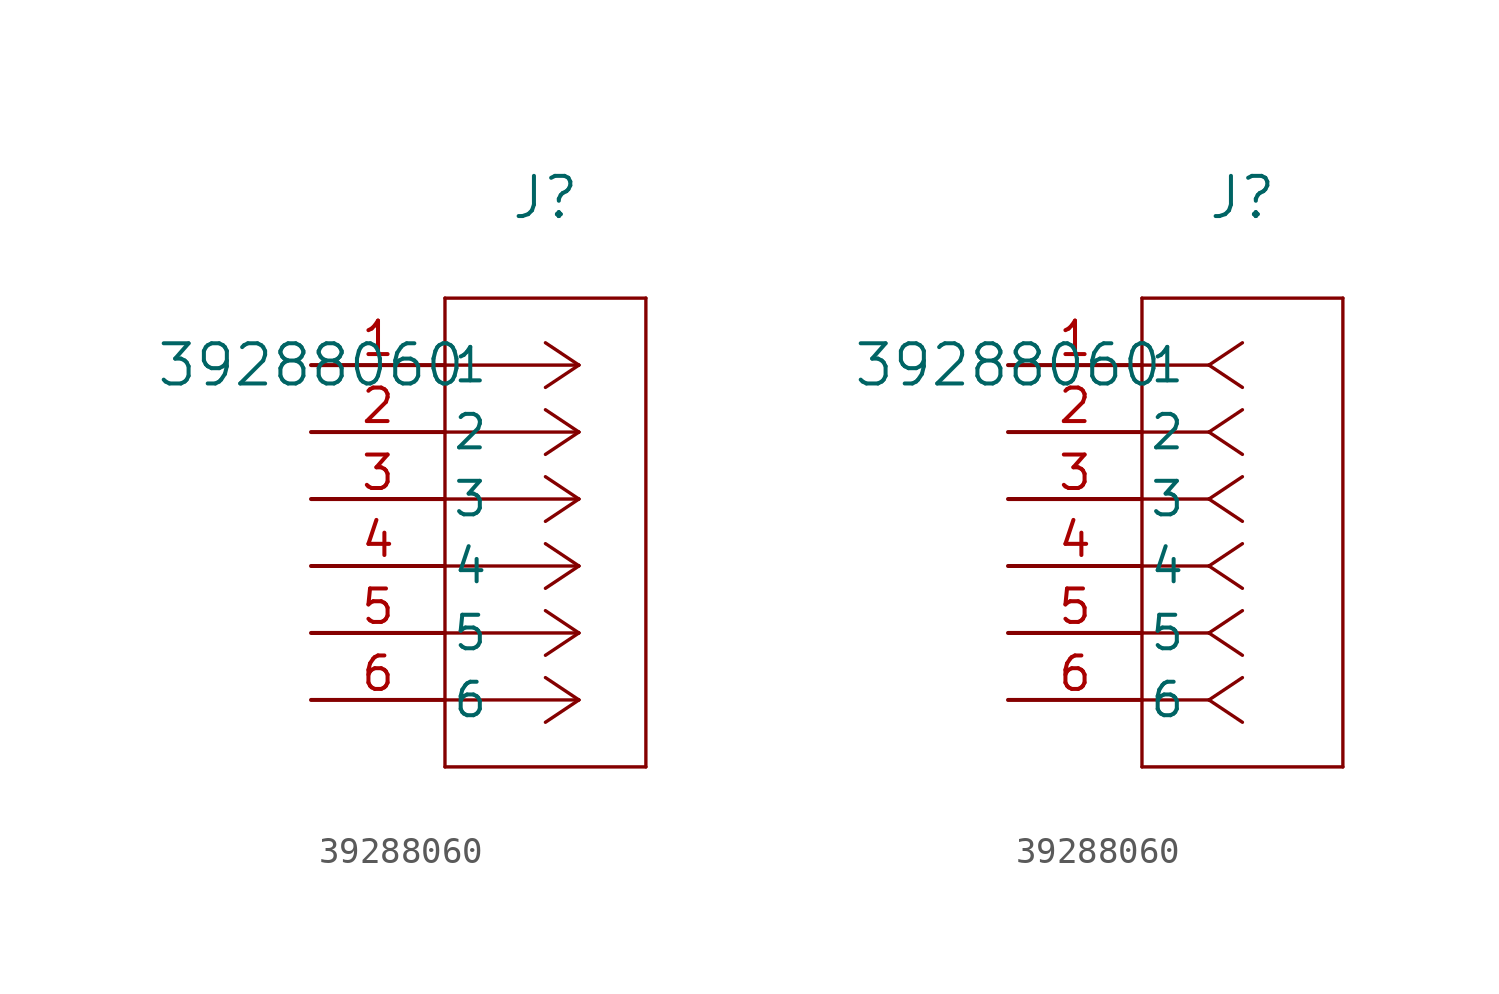
<source format=kicad_sym>
(kicad_symbol_lib
  (version 20211014)
  (generator kicad_symbol_editor)
  (symbol "39288060"
    (pin_names
      (offset 0.254))
    (property "Reference" "J"
      (at 8.89 6.35 0)
      (effects (font (size 1.524 1.524))))
    (property "Value" "39288060"
      (at 0 0 0)
      (effects (font (size 1.524 1.524))))
    (symbol "39288060_1_1"
      (polyline (pts (xy 10.16 0) (xy 5.08 0)) (stroke (width 0.127) (type default) (color 0 0 0 0)) (fill (type none)))
      (polyline (pts (xy 10.16 -2.54) (xy 5.08 -2.54)) (stroke (width 0.127) (type default) (color 0 0 0 0)) (fill (type none)))
      (polyline (pts (xy 10.16 -5.08) (xy 5.08 -5.08)) (stroke (width 0.127) (type default) (color 0 0 0 0)) (fill (type none)))
      (polyline (pts (xy 10.16 -7.62) (xy 5.08 -7.62)) (stroke (width 0.127) (type default) (color 0 0 0 0)) (fill (type none)))
      (polyline (pts (xy 10.16 -10.16) (xy 5.08 -10.16)) (stroke (width 0.127) (type default) (color 0 0 0 0)) (fill (type none)))
      (polyline (pts (xy 10.16 -12.7) (xy 5.08 -12.7)) (stroke (width 0.127) (type default) (color 0 0 0 0)) (fill (type none)))
      (polyline (pts (xy 10.16 0) (xy 8.89 0.847)) (stroke (width 0.127) (type default) (color 0 0 0 0)) (fill (type none)))
      (polyline (pts (xy 10.16 -2.54) (xy 8.89 -1.693)) (stroke (width 0.127) (type default) (color 0 0 0 0)) (fill (type none)))
      (polyline (pts (xy 10.16 -5.08) (xy 8.89 -4.233)) (stroke (width 0.127) (type default) (color 0 0 0 0)) (fill (type none)))
      (polyline (pts (xy 10.16 -7.62) (xy 8.89 -6.773)) (stroke (width 0.127) (type default) (color 0 0 0 0)) (fill (type none)))
      (polyline (pts (xy 10.16 -10.16) (xy 8.89 -9.313)) (stroke (width 0.127) (type default) (color 0 0 0 0)) (fill (type none)))
      (polyline (pts (xy 10.16 -12.7) (xy 8.89 -11.853)) (stroke (width 0.127) (type default) (color 0 0 0 0)) (fill (type none)))
      (polyline (pts (xy 10.16 0) (xy 8.89 -0.847)) (stroke (width 0.127) (type default) (color 0 0 0 0)) (fill (type none)))
      (polyline (pts (xy 10.16 -2.54) (xy 8.89 -3.387)) (stroke (width 0.127) (type default) (color 0 0 0 0)) (fill (type none)))
      (polyline (pts (xy 10.16 -5.08) (xy 8.89 -5.927)) (stroke (width 0.127) (type default) (color 0 0 0 0)) (fill (type none)))
      (polyline (pts (xy 10.16 -7.62) (xy 8.89 -8.467)) (stroke (width 0.127) (type default) (color 0 0 0 0)) (fill (type none)))
      (polyline (pts (xy 10.16 -10.16) (xy 8.89 -11.007)) (stroke (width 0.127) (type default) (color 0 0 0 0)) (fill (type none)))
      (polyline (pts (xy 10.16 -12.7) (xy 8.89 -13.547)) (stroke (width 0.127) (type default) (color 0 0 0 0)) (fill (type none)))
      (polyline (pts (xy 5.08 2.54) (xy 5.08 -15.24)) (stroke (width 0.127) (type default) (color 0 0 0 0)) (fill (type none)))
      (polyline (pts (xy 5.08 -15.24) (xy 12.7 -15.24)) (stroke (width 0.127) (type default) (color 0 0 0 0)) (fill (type none)))
      (polyline (pts (xy 12.7 -15.24) (xy 12.7 2.54)) (stroke (width 0.127) (type default) (color 0 0 0 0)) (fill (type none)))
      (polyline (pts (xy 12.7 2.54) (xy 5.08 2.54)) (stroke (width 0.127) (type default) (color 0 0 0 0)) (fill (type none)))
      (pin unspecified line (at 0 0 0) (length 5.08) (name "1" (effects (font (size 1.27 1.27)))) (number "1" (effects (font (size 1.27 1.27)))))
      (pin unspecified line (at 0 -2.54 0) (length 5.08) (name "2" (effects (font (size 1.27 1.27)))) (number "2" (effects (font (size 1.27 1.27)))))
      (pin unspecified line (at 0 -5.08 0) (length 5.08) (name "3" (effects (font (size 1.27 1.27)))) (number "3" (effects (font (size 1.27 1.27)))))
      (pin unspecified line (at 0 -7.62 0) (length 5.08) (name "4" (effects (font (size 1.27 1.27)))) (number "4" (effects (font (size 1.27 1.27)))))
      (pin unspecified line (at 0 -10.16 0) (length 5.08) (name "5" (effects (font (size 1.27 1.27)))) (number "5" (effects (font (size 1.27 1.27)))))
      (pin unspecified line (at 0 -12.7 0) (length 5.08) (name "6" (effects (font (size 1.27 1.27)))) (number "6" (effects (font (size 1.27 1.27))))))
    (symbol "39288060_1_2"
      (polyline (pts (xy 7.62 0) (xy 5.08 0)) (stroke (width 0.127) (type default) (color 0 0 0 0)) (fill (type none)))
      (polyline (pts (xy 7.62 -2.54) (xy 5.08 -2.54)) (stroke (width 0.127) (type default) (color 0 0 0 0)) (fill (type none)))
      (polyline (pts (xy 7.62 -5.08) (xy 5.08 -5.08)) (stroke (width 0.127) (type default) (color 0 0 0 0)) (fill (type none)))
      (polyline (pts (xy 7.62 -7.62) (xy 5.08 -7.62)) (stroke (width 0.127) (type default) (color 0 0 0 0)) (fill (type none)))
      (polyline (pts (xy 7.62 -10.16) (xy 5.08 -10.16)) (stroke (width 0.127) (type default) (color 0 0 0 0)) (fill (type none)))
      (polyline (pts (xy 7.62 -12.7) (xy 5.08 -12.7)) (stroke (width 0.127) (type default) (color 0 0 0 0)) (fill (type none)))
      (polyline (pts (xy 7.62 0) (xy 8.89 0.847)) (stroke (width 0.127) (type default) (color 0 0 0 0)) (fill (type none)))
      (polyline (pts (xy 7.62 -2.54) (xy 8.89 -1.693)) (stroke (width 0.127) (type default) (color 0 0 0 0)) (fill (type none)))
      (polyline (pts (xy 7.62 -5.08) (xy 8.89 -4.233)) (stroke (width 0.127) (type default) (color 0 0 0 0)) (fill (type none)))
      (polyline (pts (xy 7.62 -7.62) (xy 8.89 -6.773)) (stroke (width 0.127) (type default) (color 0 0 0 0)) (fill (type none)))
      (polyline (pts (xy 7.62 -10.16) (xy 8.89 -9.313)) (stroke (width 0.127) (type default) (color 0 0 0 0)) (fill (type none)))
      (polyline (pts (xy 7.62 -12.7) (xy 8.89 -11.853)) (stroke (width 0.127) (type default) (color 0 0 0 0)) (fill (type none)))
      (polyline (pts (xy 7.62 0) (xy 8.89 -0.847)) (stroke (width 0.127) (type default) (color 0 0 0 0)) (fill (type none)))
      (polyline (pts (xy 7.62 -2.54) (xy 8.89 -3.387)) (stroke (width 0.127) (type default) (color 0 0 0 0)) (fill (type none)))
      (polyline (pts (xy 7.62 -5.08) (xy 8.89 -5.927)) (stroke (width 0.127) (type default) (color 0 0 0 0)) (fill (type none)))
      (polyline (pts (xy 7.62 -7.62) (xy 8.89 -8.467)) (stroke (width 0.127) (type default) (color 0 0 0 0)) (fill (type none)))
      (polyline (pts (xy 7.62 -10.16) (xy 8.89 -11.007)) (stroke (width 0.127) (type default) (color 0 0 0 0)) (fill (type none)))
      (polyline (pts (xy 7.62 -12.7) (xy 8.89 -13.547)) (stroke (width 0.127) (type default) (color 0 0 0 0)) (fill (type none)))
      (polyline (pts (xy 5.08 2.54) (xy 5.08 -15.24)) (stroke (width 0.127) (type default) (color 0 0 0 0)) (fill (type none)))
      (polyline (pts (xy 5.08 -15.24) (xy 12.7 -15.24)) (stroke (width 0.127) (type default) (color 0 0 0 0)) (fill (type none)))
      (polyline (pts (xy 12.7 -15.24) (xy 12.7 2.54)) (stroke (width 0.127) (type default) (color 0 0 0 0)) (fill (type none)))
      (polyline (pts (xy 12.7 2.54) (xy 5.08 2.54)) (stroke (width 0.127) (type default) (color 0 0 0 0)) (fill (type none)))
      (pin unspecified line (at 0 0 0) (length 5.08) (name "1" (effects (font (size 1.27 1.27)))) (number "1" (effects (font (size 1.27 1.27)))))
      (pin unspecified line (at 0 -2.54 0) (length 5.08) (name "2" (effects (font (size 1.27 1.27)))) (number "2" (effects (font (size 1.27 1.27)))))
      (pin unspecified line (at 0 -5.08 0) (length 5.08) (name "3" (effects (font (size 1.27 1.27)))) (number "3" (effects (font (size 1.27 1.27)))))
      (pin unspecified line (at 0 -7.62 0) (length 5.08) (name "4" (effects (font (size 1.27 1.27)))) (number "4" (effects (font (size 1.27 1.27)))))
      (pin unspecified line (at 0 -10.16 0) (length 5.08) (name "5" (effects (font (size 1.27 1.27)))) (number "5" (effects (font (size 1.27 1.27)))))
      (pin unspecified line (at 0 -12.7 0) (length 5.08) (name "6" (effects (font (size 1.27 1.27)))) (number "6" (effects (font (size 1.27 1.27))))))))
</source>
